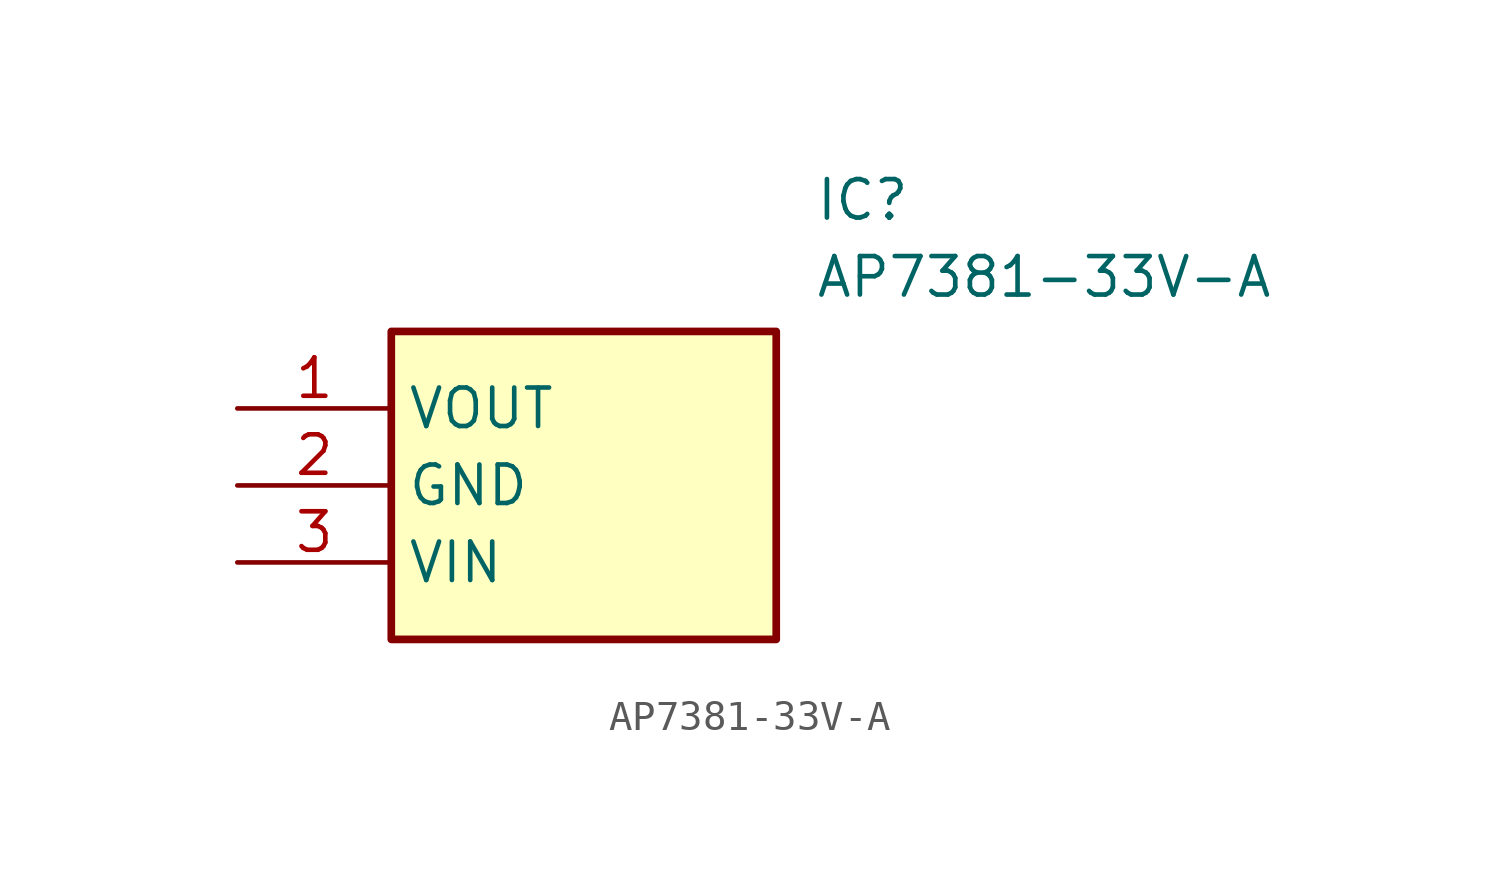
<source format=kicad_sym>
(kicad_symbol_lib
  (version 20211014)
  (generator SamacSys_ECAD_Model)
  (symbol "AP7381-33V-A"
    (property "Reference" "IC"
      (at 19.05 7.62 0)
      (effects (font (size 1.27 1.27)) (justify left top)))
    (property "Value" "AP7381-33V-A"
      (at 19.05 5.08 0)
      (effects (font (size 1.27 1.27)) (justify left top)))
    (rectangle
      (start 5.08 2.54)
      (end 17.78 -7.62)
      (stroke (width 0.254) (type default))
      (fill (type background)))
    (pin passive line
      (at 0 0 0)
      (length 5.08)
      (name "VOUT" (effects (font (size 1.27 1.27))))
      (number "1" (effects (font (size 1.27 1.27)))))
    (pin passive line
      (at 0 -2.54 0)
      (length 5.08)
      (name "GND" (effects (font (size 1.27 1.27))))
      (number "2" (effects (font (size 1.27 1.27)))))
    (pin passive line
      (at 0 -5.08 0)
      (length 5.08)
      (name "VIN" (effects (font (size 1.27 1.27))))
      (number "3" (effects (font (size 1.27 1.27)))))))
</source>
